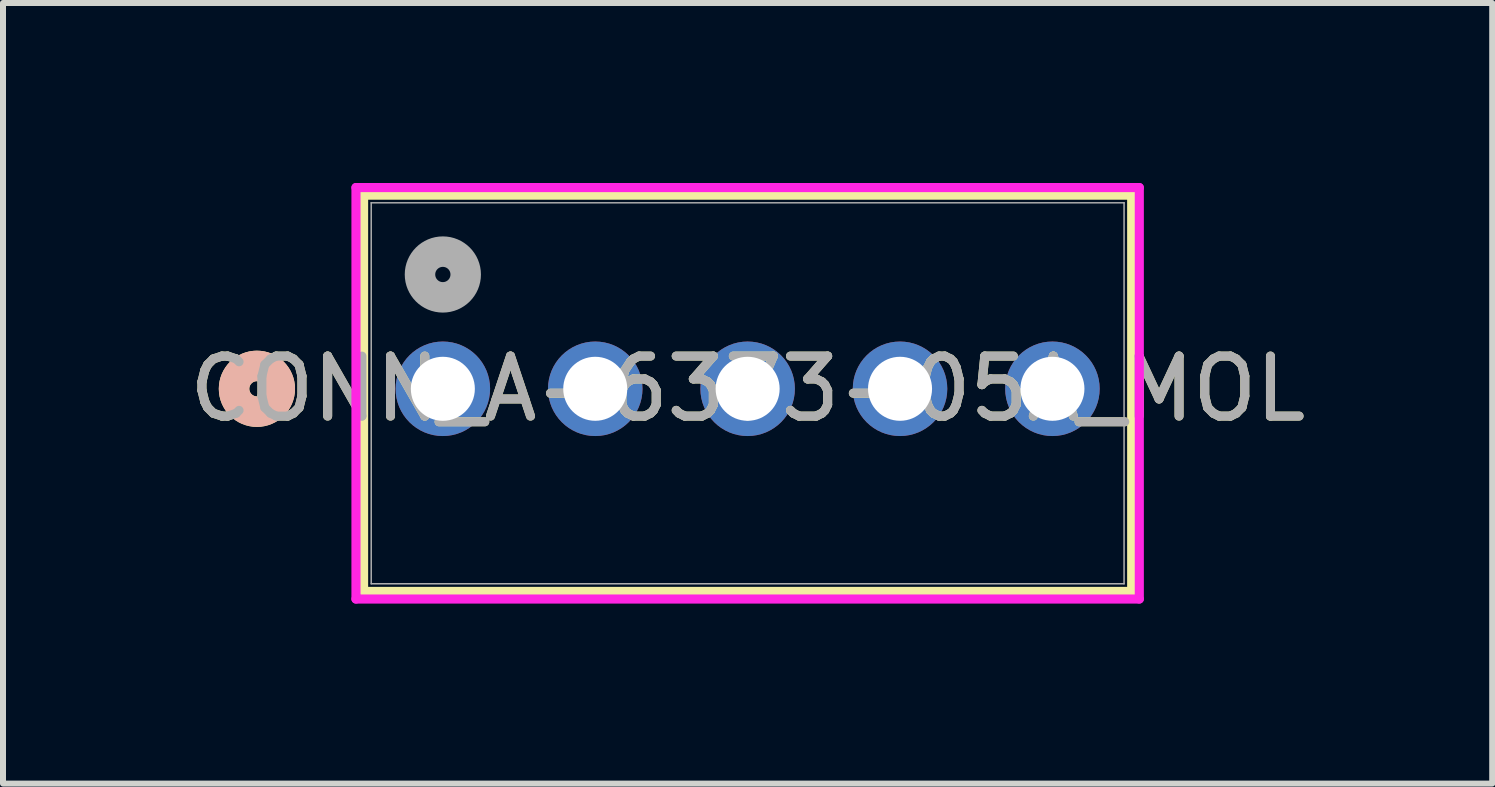
<source format=kicad_pcb>
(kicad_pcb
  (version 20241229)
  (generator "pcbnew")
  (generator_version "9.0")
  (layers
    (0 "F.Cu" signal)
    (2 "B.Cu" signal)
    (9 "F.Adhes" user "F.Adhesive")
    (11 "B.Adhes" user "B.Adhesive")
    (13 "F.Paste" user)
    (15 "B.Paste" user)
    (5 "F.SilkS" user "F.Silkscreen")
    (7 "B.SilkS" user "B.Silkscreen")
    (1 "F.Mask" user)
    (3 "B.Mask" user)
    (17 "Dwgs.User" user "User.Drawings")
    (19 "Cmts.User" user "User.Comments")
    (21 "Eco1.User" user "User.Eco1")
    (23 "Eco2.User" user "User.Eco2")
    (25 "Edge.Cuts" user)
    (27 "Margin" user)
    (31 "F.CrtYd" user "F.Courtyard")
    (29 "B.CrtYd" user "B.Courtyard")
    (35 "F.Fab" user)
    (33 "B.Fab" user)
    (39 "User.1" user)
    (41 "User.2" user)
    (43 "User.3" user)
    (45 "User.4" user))
  (footprint "CONN_A-6373-05A_MOL"
    (layer "F.Cu")
    (at 4.331 3.43)
    (property "Reference" "CONN_A-6373-05A_MOL" (at 5.08 0 0) (unlocked yes) (layer "F.SilkS") (effects (font (size 1 1) (thickness 0.15))))
    (attr through_hole)
    (fp_line (start -1.321 -3.227) (end -1.321 3.377) (stroke (width 0.152) (type solid)) (layer "F.SilkS"))
    (fp_line (start -1.321 3.377) (end 11.481 3.377) (stroke (width 0.152) (type solid)) (layer "F.SilkS"))
    (fp_line (start 11.481 -3.227) (end -1.321 -3.227) (stroke (width 0.152) (type solid)) (layer "F.SilkS"))
    (fp_line (start 11.481 3.377) (end 11.481 -3.227) (stroke (width 0.152) (type solid)) (layer "F.SilkS"))
    (fp_circle (center -3.099 0) (end -2.718 0) (stroke (width 0.508) (type solid)) (fill no) (layer "F.SilkS"))
    (fp_circle (center -3.099 0) (end -2.718 0) (stroke (width 0.508) (type solid)) (fill no) (layer "B.SilkS"))
    (fp_line (start -1.448 -3.354) (end -1.448 3.504) (stroke (width 0.152) (type solid)) (layer "F.CrtYd"))
    (fp_line (start -1.448 3.504) (end 11.608 3.504) (stroke (width 0.152) (type solid)) (layer "F.CrtYd"))
    (fp_line (start 11.608 -3.354) (end -1.448 -3.354) (stroke (width 0.152) (type solid)) (layer "F.CrtYd"))
    (fp_line (start 11.608 3.504) (end 11.608 -3.354) (stroke (width 0.152) (type solid)) (layer "F.CrtYd"))
    (fp_line (start -1.194 -3.1) (end -1.194 3.25) (stroke (width 0.025) (type solid)) (layer "F.Fab"))
    (fp_line (start -1.194 3.25) (end 11.354 3.25) (stroke (width 0.025) (type solid)) (layer "F.Fab"))
    (fp_line (start 11.354 -3.1) (end -1.194 -3.1) (stroke (width 0.025) (type solid)) (layer "F.Fab"))
    (fp_line (start 11.354 3.25) (end 11.354 -3.1) (stroke (width 0.025) (type solid)) (layer "F.Fab"))
    (fp_circle (center 0 -1.905) (end 0.381 -1.905) (stroke (width 0.508) (type solid)) (fill no) (layer "F.Fab"))
    (fp_text user "${REFERENCE}" (at 5.08 0 0) (unlocked yes) (layer "F.Fab") (effects (font (size 1 1) (thickness 0.15))))
    (pad "1" thru_hole circle (at 0 0) (size 1.575 1.575) (drill 1.067) (layers "*.Cu" "*.Mask"))
    (pad "2" thru_hole circle (at 2.54 0) (size 1.575 1.575) (drill 1.067) (layers "*.Cu" "*.Mask"))
    (pad "3" thru_hole circle (at 5.08 0) (size 1.575 1.575) (drill 1.067) (layers "*.Cu" "*.Mask"))
    (pad "4" thru_hole circle (at 7.62 0) (size 1.575 1.575) (drill 1.067) (layers "*.Cu" "*.Mask"))
    (pad "5" thru_hole circle (at 10.16 0) (size 1.575 1.575) (drill 1.067) (layers "*.Cu" "*.Mask")))
  (gr_rect
    (start -3 -3)
    (end 21.821 10.01)
    (stroke (width 0.1) (type default))
    (fill no)
    (layer "Edge.Cuts")))
</source>
